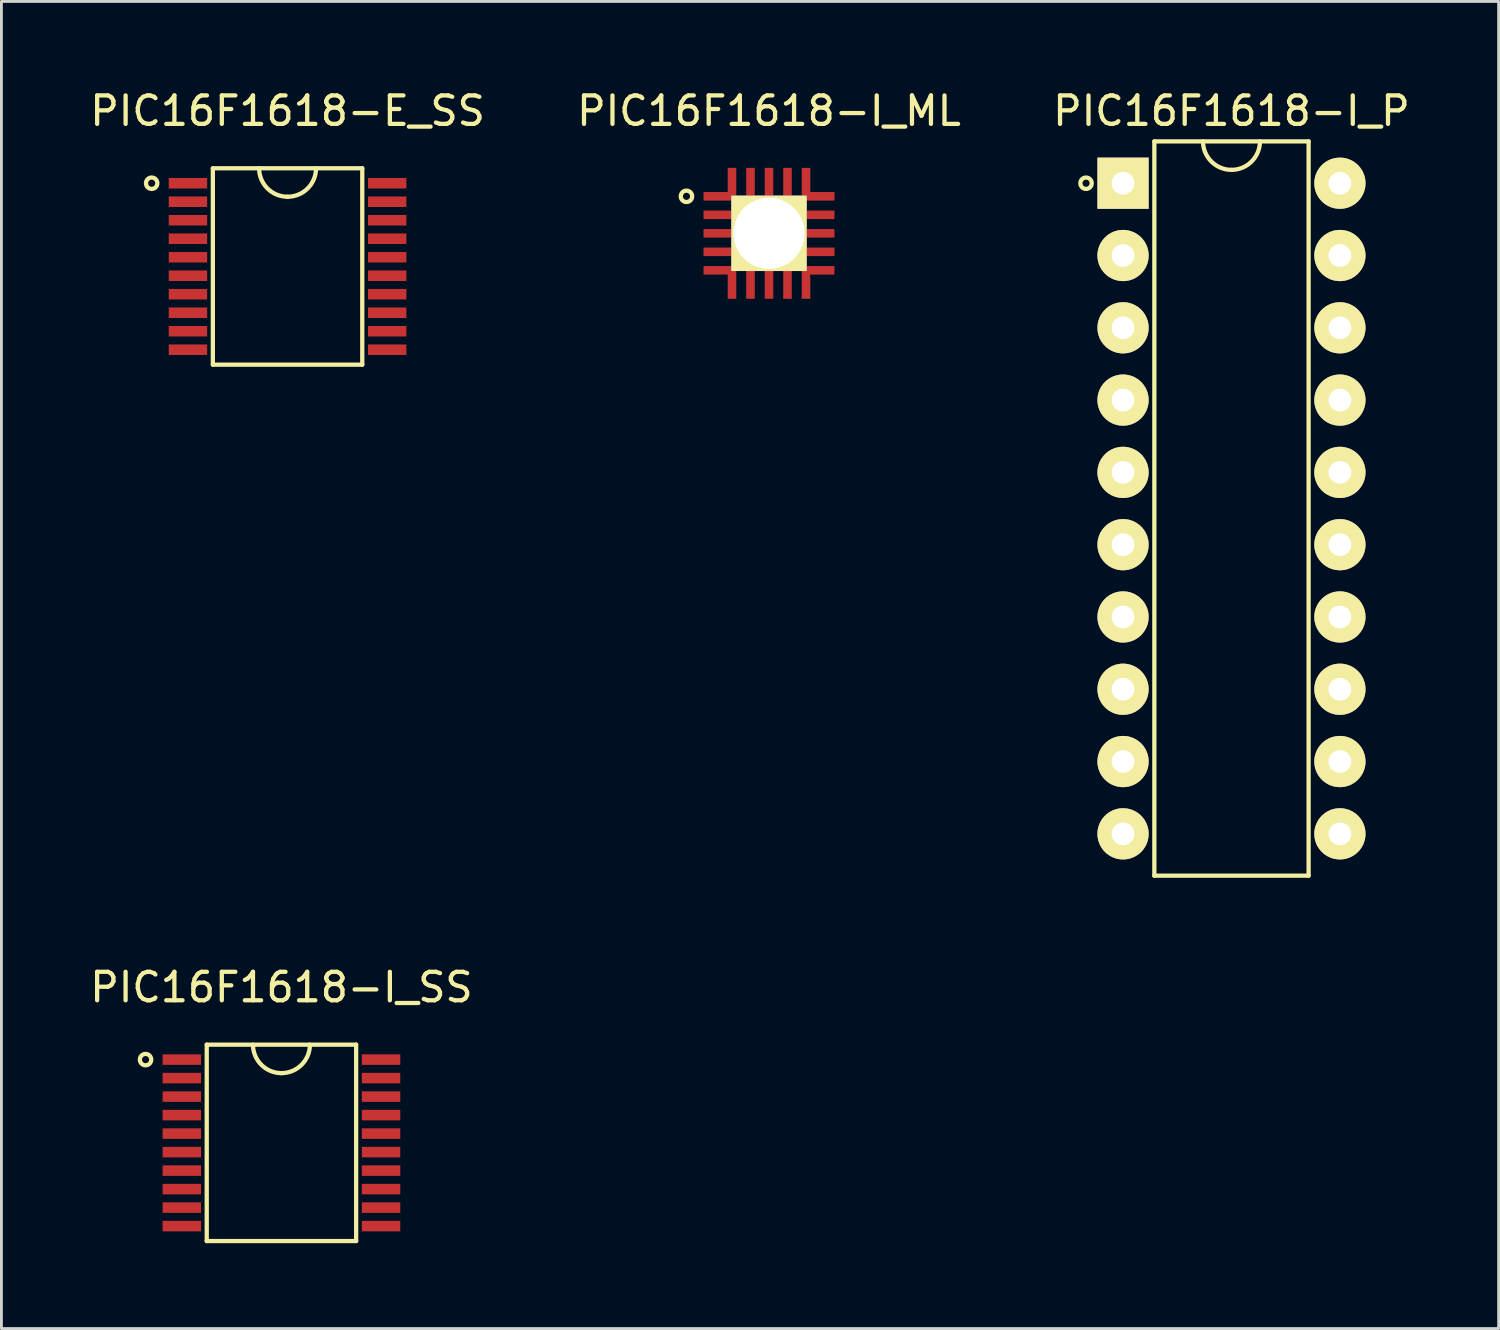
<source format=kicad_pcb>
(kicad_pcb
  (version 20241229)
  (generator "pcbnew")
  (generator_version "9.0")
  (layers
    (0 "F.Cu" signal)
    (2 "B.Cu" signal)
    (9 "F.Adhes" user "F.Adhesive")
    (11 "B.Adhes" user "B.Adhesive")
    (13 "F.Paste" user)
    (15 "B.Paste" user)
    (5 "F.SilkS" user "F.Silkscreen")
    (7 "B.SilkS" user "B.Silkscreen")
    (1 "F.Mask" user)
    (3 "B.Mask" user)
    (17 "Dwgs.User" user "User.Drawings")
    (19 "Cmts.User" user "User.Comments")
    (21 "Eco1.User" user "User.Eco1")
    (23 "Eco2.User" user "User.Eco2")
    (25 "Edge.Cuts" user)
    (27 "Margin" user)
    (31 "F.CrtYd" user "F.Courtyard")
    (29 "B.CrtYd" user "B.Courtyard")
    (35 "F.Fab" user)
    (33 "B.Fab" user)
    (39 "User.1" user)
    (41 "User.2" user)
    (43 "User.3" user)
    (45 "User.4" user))
  (footprint "PIC16F1618-E_SS"
    (layer "F.Cu")
    (at 3.554 3.388)
    (property "Reference" "PIC16F1618-E_SS" (at 3.5 -2.54 0) (layer "F.SilkS") (effects (font (size 1 1) (thickness 0.15))))
    (attr through_hole)
    (fp_line (start 0.875 -0.525) (end 6.125 -0.525) (stroke (width 0.15) (type solid)) (layer "F.SilkS"))
    (fp_line (start 0.875 6.375) (end 0.875 -0.525) (stroke (width 0.15) (type solid)) (layer "F.SilkS"))
    (fp_line (start 6.125 -0.525) (end 6.125 6.375) (stroke (width 0.15) (type solid)) (layer "F.SilkS"))
    (fp_line (start 6.125 6.375) (end 0.875 6.375) (stroke (width 0.15) (type solid)) (layer "F.SilkS"))
    (fp_arc (start 3.5 0.475) (mid 2.792893 0.182107) (end 2.5 -0.525) (stroke (width 0.15) (type solid)) (layer "F.SilkS"))
    (fp_arc (start 4.5 -0.525) (mid 4.207107 0.182107) (end 3.5 0.475) (stroke (width 0.15) (type solid)) (layer "F.SilkS"))
    (fp_circle (center -1.275 0) (end -1.275 0.2) (stroke (width 0.15) (type solid)) (fill no) (layer "F.SilkS"))
    (pad "1" smd rect (at 0 0) (size 1.35 0.37) (layers "F.Cu" "F.Mask" "F.Paste"))
    (pad "2" smd rect (at 0 0.65) (size 1.35 0.37) (layers "F.Cu" "F.Mask" "F.Paste"))
    (pad "3" smd rect (at 0 1.3) (size 1.35 0.37) (layers "F.Cu" "F.Mask" "F.Paste"))
    (pad "4" smd rect (at 0 1.95) (size 1.35 0.37) (layers "F.Cu" "F.Mask" "F.Paste"))
    (pad "5" smd rect (at 0 2.6) (size 1.35 0.37) (layers "F.Cu" "F.Mask" "F.Paste"))
    (pad "6" smd rect (at 0 3.25) (size 1.35 0.37) (layers "F.Cu" "F.Mask" "F.Paste"))
    (pad "7" smd rect (at 0 3.9) (size 1.35 0.37) (layers "F.Cu" "F.Mask" "F.Paste"))
    (pad "8" smd rect (at 0 4.55) (size 1.35 0.37) (layers "F.Cu" "F.Mask" "F.Paste"))
    (pad "9" smd rect (at 0 5.2) (size 1.35 0.37) (layers "F.Cu" "F.Mask" "F.Paste"))
    (pad "10" smd rect (at 0 5.85) (size 1.35 0.37) (layers "F.Cu" "F.Mask" "F.Paste"))
    (pad "11" smd rect (at 7 5.85) (size 1.35 0.37) (layers "F.Cu" "F.Mask" "F.Paste"))
    (pad "12" smd rect (at 7 5.2) (size 1.35 0.37) (layers "F.Cu" "F.Mask" "F.Paste"))
    (pad "13" smd rect (at 7 4.55) (size 1.35 0.37) (layers "F.Cu" "F.Mask" "F.Paste"))
    (pad "14" smd rect (at 7 3.9) (size 1.35 0.37) (layers "F.Cu" "F.Mask" "F.Paste"))
    (pad "15" smd rect (at 7 3.25) (size 1.35 0.37) (layers "F.Cu" "F.Mask" "F.Paste"))
    (pad "16" smd rect (at 7 2.6) (size 1.35 0.37) (layers "F.Cu" "F.Mask" "F.Paste"))
    (pad "17" smd rect (at 7 1.95) (size 1.35 0.37) (layers "F.Cu" "F.Mask" "F.Paste"))
    (pad "18" smd rect (at 7 1.3) (size 1.35 0.37) (layers "F.Cu" "F.Mask" "F.Paste"))
    (pad "19" smd rect (at 7 0.65) (size 1.35 0.37) (layers "F.Cu" "F.Mask" "F.Paste"))
    (pad "20" smd rect (at 7 0) (size 1.35 0.37) (layers "F.Cu" "F.Mask" "F.Paste")))
  (footprint "PIC16F1618-I_ML"
    (layer "F.Cu")
    (at 22.17 3.348)
    (property "Reference" "PIC16F1618-I_ML" (at 1.8 -2.5 0) (layer "F.SilkS") (effects (font (size 1 1) (thickness 0.15))))
    (attr through_hole)
    (fp_line (start 0.7 0.7) (end 0.7 2.9) (stroke (width 0.15) (type solid)) (layer "F.SilkS"))
    (fp_line (start 0.7 0.7) (end 2.9 0.7) (stroke (width 0.15) (type solid)) (layer "F.SilkS"))
    (fp_line (start 0.7 2.9) (end 2.9 2.9) (stroke (width 0.15) (type solid)) (layer "F.SilkS"))
    (fp_line (start 2.9 2.9) (end 2.9 0.7) (stroke (width 0.15) (type solid)) (layer "F.SilkS"))
    (fp_circle (center -1.1 0.5) (end -1.1 0.3) (stroke (width 0.15) (type solid)) (fill no) (layer "F.SilkS"))
    (fp_circle (center 1.7 1.7) (end 1.7 1.2) (stroke (width 0.15) (type solid)) (fill no) (layer "F.SilkS"))
    (pad "1" smd rect (at 0 0.5) (size 1 0.3) (layers "F.Cu" "F.Mask" "F.Paste"))
    (pad "2" smd rect (at 0 1.15) (size 1 0.3) (layers "F.Cu" "F.Mask" "F.Paste"))
    (pad "3" smd rect (at 0 1.8) (size 1 0.3) (layers "F.Cu" "F.Mask" "F.Paste"))
    (pad "4" smd rect (at 0 2.45) (size 1 0.3) (layers "F.Cu" "F.Mask" "F.Paste"))
    (pad "5" smd rect (at 0 3.1) (size 1 0.3) (layers "F.Cu" "F.Mask" "F.Paste"))
    (pad "6" smd rect (at 0.5 3.6) (size 0.3 1) (layers "F.Cu" "F.Mask" "F.Paste"))
    (pad "7" smd rect (at 1.15 3.6) (size 0.3 1) (layers "F.Cu" "F.Mask" "F.Paste"))
    (pad "8" smd rect (at 1.8 3.6) (size 0.3 1) (layers "F.Cu" "F.Mask" "F.Paste"))
    (pad "9" smd rect (at 2.45 3.6) (size 0.3 1) (layers "F.Cu" "F.Mask" "F.Paste"))
    (pad "10" smd rect (at 3.1 3.6) (size 0.3 1) (layers "F.Cu" "F.Mask" "F.Paste"))
    (pad "11" smd rect (at 3.6 3.1) (size 1 0.3) (layers "F.Cu" "F.Mask" "F.Paste"))
    (pad "12" smd rect (at 3.6 2.45) (size 1 0.3) (layers "F.Cu" "F.Mask" "F.Paste"))
    (pad "13" smd rect (at 3.6 1.8) (size 1 0.3) (layers "F.Cu" "F.Mask" "F.Paste"))
    (pad "14" smd rect (at 3.6 1.15) (size 1 0.3) (layers "F.Cu" "F.Mask" "F.Paste"))
    (pad "15" smd rect (at 3.6 0.5) (size 1 0.3) (layers "F.Cu" "F.Mask" "F.Paste"))
    (pad "16" smd rect (at 3.1 0) (size 0.3 1) (layers "F.Cu" "F.Mask" "F.Paste"))
    (pad "17" smd rect (at 2.45 0) (size 0.3 1) (layers "F.Cu" "F.Mask" "F.Paste"))
    (pad "18" smd rect (at 1.8 0) (size 0.3 1) (layers "F.Cu" "F.Mask" "F.Paste"))
    (pad "19" smd rect (at 1.15 0) (size 0.3 1) (layers "F.Cu" "F.Mask" "F.Paste"))
    (pad "20" smd rect (at 0.5 0) (size 0.3 1) (layers "F.Cu" "F.Mask" "F.Paste"))
    (pad "999" thru_hole rect (at 1.8 1.8) (size 2.65 2.65) (drill 2.5) (layers "*.Cu" "*.Mask" "F.SilkS")))
  (footprint "PIC16F1618-I_P"
    (layer "F.Cu")
    (at 36.41 3.388)
    (property "Reference" "PIC16F1618-I_P" (at 3.81 -2.54 0) (layer "F.SilkS") (effects (font (size 1 1) (thickness 0.15))))
    (attr through_hole)
    (fp_line (start 1.1 -1.47) (end 6.52 -1.47) (stroke (width 0.15) (type solid)) (layer "F.SilkS"))
    (fp_line (start 1.1 24.33) (end 1.1 -1.47) (stroke (width 0.15) (type solid)) (layer "F.SilkS"))
    (fp_line (start 6.52 -1.47) (end 6.52 24.33) (stroke (width 0.15) (type solid)) (layer "F.SilkS"))
    (fp_line (start 6.52 24.33) (end 1.1 24.33) (stroke (width 0.15) (type solid)) (layer "F.SilkS"))
    (fp_arc (start 3.81 -0.47) (mid 3.102893 -0.762893) (end 2.81 -1.47) (stroke (width 0.15) (type solid)) (layer "F.SilkS"))
    (fp_arc (start 4.81 -1.47) (mid 4.517107 -0.762893) (end 3.81 -0.47) (stroke (width 0.15) (type solid)) (layer "F.SilkS"))
    (fp_circle (center -1.3 0) (end -1.3 0.2) (stroke (width 0.15) (type solid)) (fill no) (layer "F.SilkS"))
    (pad "1" thru_hole rect (at 0 0) (size 1.8 1.8) (drill 0.8) (layers "*.Cu" "*.Mask" "F.SilkS"))
    (pad "2" thru_hole circle (at 0 2.54) (size 1.8 1.8) (drill 0.8) (layers "*.Cu" "*.Mask" "F.SilkS"))
    (pad "3" thru_hole circle (at 0 5.08) (size 1.8 1.8) (drill 0.8) (layers "*.Cu" "*.Mask" "F.SilkS"))
    (pad "4" thru_hole circle (at 0 7.62) (size 1.8 1.8) (drill 0.8) (layers "*.Cu" "*.Mask" "F.SilkS"))
    (pad "5" thru_hole circle (at 0 10.16) (size 1.8 1.8) (drill 0.8) (layers "*.Cu" "*.Mask" "F.SilkS"))
    (pad "6" thru_hole circle (at 0 12.7) (size 1.8 1.8) (drill 0.8) (layers "*.Cu" "*.Mask" "F.SilkS"))
    (pad "7" thru_hole circle (at 0 15.24) (size 1.8 1.8) (drill 0.8) (layers "*.Cu" "*.Mask" "F.SilkS"))
    (pad "8" thru_hole circle (at 0 17.78) (size 1.8 1.8) (drill 0.8) (layers "*.Cu" "*.Mask" "F.SilkS"))
    (pad "9" thru_hole circle (at 0 20.32) (size 1.8 1.8) (drill 0.8) (layers "*.Cu" "*.Mask" "F.SilkS"))
    (pad "10" thru_hole circle (at 0 22.86) (size 1.8 1.8) (drill 0.8) (layers "*.Cu" "*.Mask" "F.SilkS"))
    (pad "11" thru_hole circle (at 7.62 22.86) (size 1.8 1.8) (drill 0.8) (layers "*.Cu" "*.Mask" "F.SilkS"))
    (pad "12" thru_hole circle (at 7.62 20.32) (size 1.8 1.8) (drill 0.8) (layers "*.Cu" "*.Mask" "F.SilkS"))
    (pad "13" thru_hole circle (at 7.62 17.78) (size 1.8 1.8) (drill 0.8) (layers "*.Cu" "*.Mask" "F.SilkS"))
    (pad "14" thru_hole circle (at 7.62 15.24) (size 1.8 1.8) (drill 0.8) (layers "*.Cu" "*.Mask" "F.SilkS"))
    (pad "15" thru_hole circle (at 7.62 12.7) (size 1.8 1.8) (drill 0.8) (layers "*.Cu" "*.Mask" "F.SilkS"))
    (pad "16" thru_hole circle (at 7.62 10.16) (size 1.8 1.8) (drill 0.8) (layers "*.Cu" "*.Mask" "F.SilkS"))
    (pad "17" thru_hole circle (at 7.62 7.62) (size 1.8 1.8) (drill 0.8) (layers "*.Cu" "*.Mask" "F.SilkS"))
    (pad "18" thru_hole circle (at 7.62 5.08) (size 1.8 1.8) (drill 0.8) (layers "*.Cu" "*.Mask" "F.SilkS"))
    (pad "19" thru_hole circle (at 7.62 2.54) (size 1.8 1.8) (drill 0.8) (layers "*.Cu" "*.Mask" "F.SilkS"))
    (pad "20" thru_hole circle (at 7.62 0) (size 1.8 1.8) (drill 0.8) (layers "*.Cu" "*.Mask" "F.SilkS")))
  (footprint "PIC16F1618-I_SS"
    (layer "F.Cu")
    (at 3.339 34.181)
    (property "Reference" "PIC16F1618-I_SS" (at 3.5 -2.54 0) (layer "F.SilkS") (effects (font (size 1 1) (thickness 0.15))))
    (attr through_hole)
    (fp_line (start 0.875 -0.525) (end 6.125 -0.525) (stroke (width 0.15) (type solid)) (layer "F.SilkS"))
    (fp_line (start 0.875 6.375) (end 0.875 -0.525) (stroke (width 0.15) (type solid)) (layer "F.SilkS"))
    (fp_line (start 6.125 -0.525) (end 6.125 6.375) (stroke (width 0.15) (type solid)) (layer "F.SilkS"))
    (fp_line (start 6.125 6.375) (end 0.875 6.375) (stroke (width 0.15) (type solid)) (layer "F.SilkS"))
    (fp_arc (start 3.5 0.475) (mid 2.792893 0.182107) (end 2.5 -0.525) (stroke (width 0.15) (type solid)) (layer "F.SilkS"))
    (fp_arc (start 4.5 -0.525) (mid 4.207107 0.182107) (end 3.5 0.475) (stroke (width 0.15) (type solid)) (layer "F.SilkS"))
    (fp_circle (center -1.275 0) (end -1.275 0.2) (stroke (width 0.15) (type solid)) (fill no) (layer "F.SilkS"))
    (pad "1" smd rect (at 0 0) (size 1.35 0.37) (layers "F.Cu" "F.Mask" "F.Paste"))
    (pad "2" smd rect (at 0 0.65) (size 1.35 0.37) (layers "F.Cu" "F.Mask" "F.Paste"))
    (pad "3" smd rect (at 0 1.3) (size 1.35 0.37) (layers "F.Cu" "F.Mask" "F.Paste"))
    (pad "4" smd rect (at 0 1.95) (size 1.35 0.37) (layers "F.Cu" "F.Mask" "F.Paste"))
    (pad "5" smd rect (at 0 2.6) (size 1.35 0.37) (layers "F.Cu" "F.Mask" "F.Paste"))
    (pad "6" smd rect (at 0 3.25) (size 1.35 0.37) (layers "F.Cu" "F.Mask" "F.Paste"))
    (pad "7" smd rect (at 0 3.9) (size 1.35 0.37) (layers "F.Cu" "F.Mask" "F.Paste"))
    (pad "8" smd rect (at 0 4.55) (size 1.35 0.37) (layers "F.Cu" "F.Mask" "F.Paste"))
    (pad "9" smd rect (at 0 5.2) (size 1.35 0.37) (layers "F.Cu" "F.Mask" "F.Paste"))
    (pad "10" smd rect (at 0 5.85) (size 1.35 0.37) (layers "F.Cu" "F.Mask" "F.Paste"))
    (pad "11" smd rect (at 7 5.85) (size 1.35 0.37) (layers "F.Cu" "F.Mask" "F.Paste"))
    (pad "12" smd rect (at 7 5.2) (size 1.35 0.37) (layers "F.Cu" "F.Mask" "F.Paste"))
    (pad "13" smd rect (at 7 4.55) (size 1.35 0.37) (layers "F.Cu" "F.Mask" "F.Paste"))
    (pad "14" smd rect (at 7 3.9) (size 1.35 0.37) (layers "F.Cu" "F.Mask" "F.Paste"))
    (pad "15" smd rect (at 7 3.25) (size 1.35 0.37) (layers "F.Cu" "F.Mask" "F.Paste"))
    (pad "16" smd rect (at 7 2.6) (size 1.35 0.37) (layers "F.Cu" "F.Mask" "F.Paste"))
    (pad "17" smd rect (at 7 1.95) (size 1.35 0.37) (layers "F.Cu" "F.Mask" "F.Paste"))
    (pad "18" smd rect (at 7 1.3) (size 1.35 0.37) (layers "F.Cu" "F.Mask" "F.Paste"))
    (pad "19" smd rect (at 7 0.65) (size 1.35 0.37) (layers "F.Cu" "F.Mask" "F.Paste"))
    (pad "20" smd rect (at 7 0) (size 1.35 0.37) (layers "F.Cu" "F.Mask" "F.Paste")))
  (gr_rect
    (start -3 -3)
    (end 49.607 43.632)
    (stroke (width 0.1) (type default))
    (fill no)
    (layer "Edge.Cuts")))
</source>
